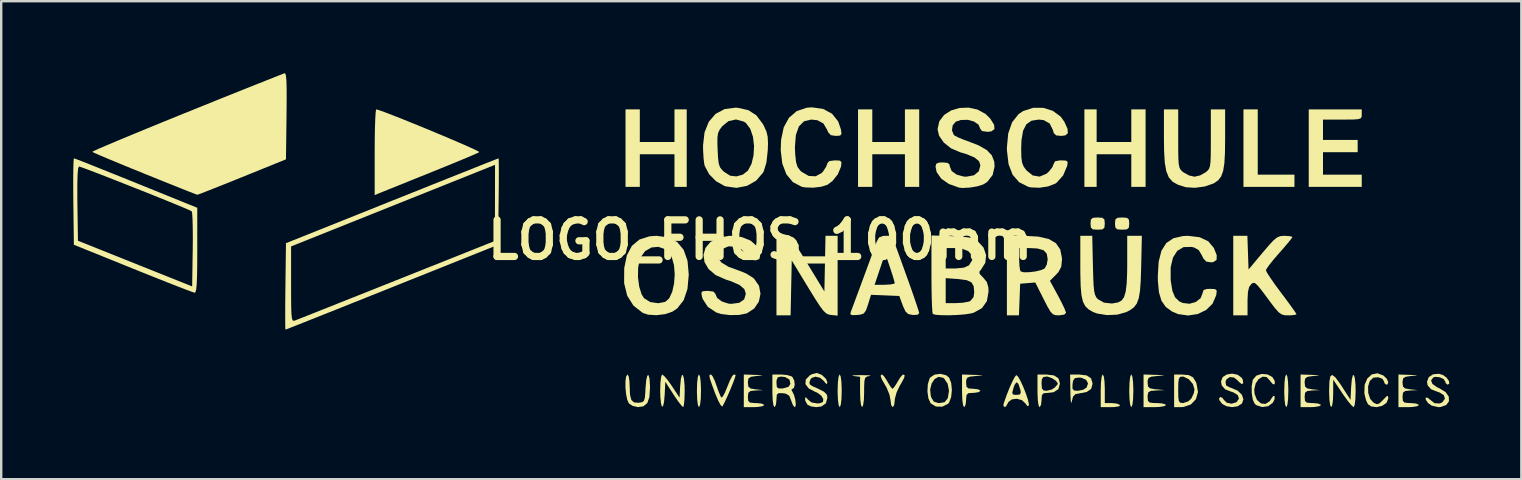
<source format=kicad_pcb>
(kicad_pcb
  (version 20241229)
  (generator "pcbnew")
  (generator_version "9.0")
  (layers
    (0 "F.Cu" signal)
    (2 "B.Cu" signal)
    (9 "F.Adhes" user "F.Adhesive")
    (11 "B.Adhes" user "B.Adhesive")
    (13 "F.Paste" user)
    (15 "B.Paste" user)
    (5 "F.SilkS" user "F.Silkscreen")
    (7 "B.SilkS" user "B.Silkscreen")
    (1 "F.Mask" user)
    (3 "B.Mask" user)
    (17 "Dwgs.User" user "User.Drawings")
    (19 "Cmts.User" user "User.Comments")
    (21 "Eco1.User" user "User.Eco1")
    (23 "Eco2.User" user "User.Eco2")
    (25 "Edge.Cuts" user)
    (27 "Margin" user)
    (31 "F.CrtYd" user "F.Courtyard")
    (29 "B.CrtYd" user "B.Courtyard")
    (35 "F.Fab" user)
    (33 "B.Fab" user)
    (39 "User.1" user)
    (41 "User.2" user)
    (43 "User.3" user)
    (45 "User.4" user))
  (footprint "LOGO_FHOS_100mm"
    (layer "F.Cu")
    (at 28.613 6.943)
    (property "Reference" "LOGO_FHOS_100mm" (at 0 0 0) (layer "F.SilkS") (effects (font (size 1.524 1.524) (thickness 0.3))))
    (attr board_only exclude_from_pos_files exclude_from_bom)
    (fp_poly (pts (xy 20.728 -2.718) (xy 22.257 -2.718) (xy 22.257 -2.209) (xy 20.133 -2.209) (xy 20.133 -5.437) (xy 20.728 -5.437)) (stroke (width 0) (type solid)) (fill yes) (layer "F.SilkS"))
    (fp_poly (pts (xy -5.012 -4.078) (xy -3.568 -4.078) (xy -3.568 -5.437) (xy -3.058 -5.437) (xy -3.058 -2.209) (xy -3.568 -2.209) (xy -3.568 -3.568) (xy -5.012 -3.568) (xy -5.012 -2.209) (xy -5.607 -2.209) (xy -5.607 -5.437) (xy -5.012 -5.437)) (stroke (width 0) (type solid)) (fill yes) (layer "F.SilkS"))
    (fp_poly (pts (xy 4.672 -4.078) (xy 6.031 -4.078) (xy 6.031 -5.437) (xy 6.626 -5.437) (xy 6.626 -2.209) (xy 6.031 -2.209) (xy 6.031 -3.568) (xy 4.672 -3.568) (xy 4.672 -2.209) (xy 4.078 -2.209) (xy 4.078 -5.437) (xy 4.672 -5.437)) (stroke (width 0) (type solid)) (fill yes) (layer "F.SilkS"))
    (fp_poly (pts (xy 14.017 -4.078) (xy 15.461 -4.078) (xy 15.461 -5.437) (xy 16.056 -5.437) (xy 16.056 -2.209) (xy 15.461 -2.209) (xy 15.461 -3.568) (xy 14.017 -3.568) (xy 14.017 -2.209) (xy 13.507 -2.209) (xy 13.507 -5.437) (xy 14.017 -5.437)) (stroke (width 0) (type solid)) (fill yes) (layer "F.SilkS"))
    (fp_poly (pts (xy 14.259 -0.92) (xy 14.341 -0.848) (xy 14.357 -0.68) (xy 14.34 -0.508) (xy 14.256 -0.438) (xy 14.059 -0.425) (xy 13.859 -0.439) (xy 13.778 -0.511) (xy 13.762 -0.68) (xy 13.778 -0.851) (xy 13.863 -0.921) (xy 14.059 -0.934)) (stroke (width 0) (type solid)) (fill yes) (layer "F.SilkS"))
    (fp_poly (pts (xy 15.278 -0.92) (xy 15.36 -0.848) (xy 15.376 -0.68) (xy 15.359 -0.508) (xy 15.275 -0.438) (xy 15.079 -0.425) (xy 14.879 -0.439) (xy 14.797 -0.511) (xy 14.781 -0.68) (xy 14.798 -0.851) (xy 14.882 -0.921) (xy 15.079 -0.934)) (stroke (width 0) (type solid)) (fill yes) (layer "F.SilkS"))
    (fp_poly (pts (xy -2.506 5.686) (xy -2.477 5.903) (xy -2.464 6.225) (xy -2.464 6.286) (xy -2.473 6.623) (xy -2.501 6.859) (xy -2.541 6.964) (xy -2.548 6.966) (xy -2.591 6.886) (xy -2.62 6.669) (xy -2.633 6.347) (xy -2.633 6.286) (xy -2.624 5.95) (xy -2.596 5.713) (xy -2.556 5.609) (xy -2.548 5.607)) (stroke (width 0) (type solid)) (fill yes) (layer "F.SilkS"))
    (fp_poly (pts (xy 3.355 5.686) (xy 3.385 5.903) (xy 3.398 6.225) (xy 3.398 6.286) (xy 3.388 6.623) (xy 3.361 6.859) (xy 3.321 6.964) (xy 3.313 6.966) (xy 3.271 6.886) (xy 3.241 6.669) (xy 3.228 6.347) (xy 3.228 6.286) (xy 3.238 5.95) (xy 3.265 5.713) (xy 3.305 5.609) (xy 3.313 5.607)) (stroke (width 0) (type solid)) (fill yes) (layer "F.SilkS"))
    (fp_poly (pts (xy 15.503 5.686) (xy 15.533 5.903) (xy 15.546 6.225) (xy 15.546 6.286) (xy 15.536 6.623) (xy 15.509 6.859) (xy 15.468 6.964) (xy 15.461 6.966) (xy 15.419 6.886) (xy 15.389 6.669) (xy 15.376 6.347) (xy 15.376 6.286) (xy 15.386 5.95) (xy 15.413 5.713) (xy 15.453 5.609) (xy 15.461 5.607)) (stroke (width 0) (type solid)) (fill yes) (layer "F.SilkS"))
    (fp_poly (pts (xy 21.959 5.686) (xy 21.989 5.903) (xy 22.002 6.225) (xy 22.002 6.286) (xy 21.992 6.623) (xy 21.965 6.859) (xy 21.925 6.964) (xy 21.917 6.966) (xy 21.875 6.886) (xy 21.845 6.669) (xy 21.832 6.347) (xy 21.832 6.286) (xy 21.842 5.95) (xy 21.869 5.713) (xy 21.909 5.609) (xy 21.917 5.607)) (stroke (width 0) (type solid)) (fill yes) (layer "F.SilkS"))
    (fp_poly (pts (xy 14.315 5.685) (xy 14.345 5.896) (xy 14.357 6.201) (xy 14.357 6.796) (xy 14.649 6.796) (xy 14.86 6.818) (xy 14.988 6.873) (xy 14.994 6.881) (xy 14.952 6.933) (xy 14.762 6.962) (xy 14.616 6.966) (xy 14.187 6.966) (xy 14.187 6.286) (xy 14.197 5.95) (xy 14.224 5.713) (xy 14.264 5.609) (xy 14.272 5.607)) (stroke (width 0) (type solid)) (fill yes) (layer "F.SilkS"))
    (fp_poly (pts (xy 25.06 -5.224) (xy 25.055 -5.126) (xy 25.017 -5.064) (xy 24.914 -5.03) (xy 24.716 -5.015) (xy 24.39 -5.012) (xy 24.253 -5.012) (xy 23.446 -5.012) (xy 23.446 -4.163) (xy 24.89 -4.163) (xy 24.89 -3.653) (xy 23.446 -3.653) (xy 23.446 -2.718) (xy 25.06 -2.718) (xy 25.06 -2.209) (xy 22.852 -2.209) (xy 22.852 -5.437) (xy 25.06 -5.437)) (stroke (width 0) (type solid)) (fill yes) (layer "F.SilkS"))
    (fp_poly (pts (xy 4.459 5.637) (xy 4.594 5.648) (xy 4.587 5.664) (xy 4.566 5.668) (xy 4.447 5.693) (xy 4.377 5.748) (xy 4.344 5.873) (xy 4.333 6.104) (xy 4.332 6.334) (xy 4.322 6.653) (xy 4.293 6.875) (xy 4.251 6.965) (xy 4.247 6.966) (xy 4.205 6.887) (xy 4.175 6.673) (xy 4.163 6.36) (xy 4.163 6.334) (xy 4.163 5.702) (xy 3.886 5.668) (xy 3.827 5.652) (xy 3.918 5.64) (xy 4.138 5.633) (xy 4.205 5.633)) (stroke (width 0) (type solid)) (fill yes) (layer "F.SilkS"))
    (fp_poly (pts (xy 1.085 -0.164) (xy 1.182 -0.134) (xy 1.281 -0.057) (xy 1.4 0.087) (xy 1.557 0.32) (xy 1.77 0.662) (xy 1.97 0.989) (xy 2.676 2.148) (xy 2.7 0.989) (xy 2.723 -0.17) (xy 3.228 -0.17) (xy 3.228 3.154) (xy 2.955 3.127) (xy 2.844 3.106) (xy 2.742 3.053) (xy 2.631 2.945) (xy 2.492 2.761) (xy 2.308 2.479) (xy 2.059 2.076) (xy 2 1.979) (xy 1.317 0.857) (xy 1.293 2) (xy 1.269 3.143) (xy 0.68 3.143) (xy 0.68 -0.17) (xy 0.972 -0.17)) (stroke (width 0) (type solid)) (fill yes) (layer "F.SilkS"))
    (fp_poly (pts (xy -1.021 5.625) (xy -1.019 5.629) (xy -1.051 5.748) (xy -1.132 5.965) (xy -1.242 6.236) (xy -1.363 6.514) (xy -1.474 6.753) (xy -1.555 6.908) (xy -1.582 6.941) (xy -1.646 6.88) (xy -1.746 6.695) (xy -1.862 6.421) (xy -1.892 6.344) (xy -2.019 5.998) (xy -2.091 5.782) (xy -2.114 5.664) (xy -2.095 5.616) (xy -2.046 5.607) (xy -1.979 5.681) (xy -1.889 5.871) (xy -1.823 6.053) (xy -1.732 6.312) (xy -1.652 6.504) (xy -1.616 6.566) (xy -1.559 6.529) (xy -1.469 6.366) (xy -1.368 6.12) (xy -1.26 5.856) (xy -1.162 5.671) (xy -1.1 5.607)) (stroke (width 0) (type solid)) (fill yes) (layer "F.SilkS"))
    (fp_poly (pts (xy -0.234 5.622) (xy 0.014 5.631) (xy 0.099 5.64) (xy 0.03 5.652) (xy -0.149 5.669) (xy -0.376 5.7) (xy -0.48 5.762) (xy -0.509 5.891) (xy -0.51 5.946) (xy -0.491 6.11) (xy -0.401 6.188) (xy -0.191 6.224) (xy -0.191 6.224) (xy 0.127 6.258) (xy -0.191 6.272) (xy -0.4 6.294) (xy -0.49 6.363) (xy -0.51 6.522) (xy -0.51 6.541) (xy -0.496 6.705) (xy -0.424 6.777) (xy -0.243 6.796) (xy -0.17 6.796) (xy 0.043 6.815) (xy 0.161 6.862) (xy 0.17 6.881) (xy 0.093 6.929) (xy -0.102 6.96) (xy -0.255 6.966) (xy -0.68 6.966) (xy -0.68 5.607)) (stroke (width 0) (type solid)) (fill yes) (layer "F.SilkS"))
    (fp_poly (pts (xy 8.898 5.622) (xy 9.166 5.631) (xy 9.27 5.639) (xy 9.219 5.649) (xy 9.019 5.666) (xy 8.983 5.669) (xy 8.74 5.696) (xy 8.621 5.747) (xy 8.583 5.853) (xy 8.58 5.951) (xy 8.597 6.119) (xy 8.682 6.188) (xy 8.877 6.201) (xy 9.074 6.223) (xy 9.172 6.275) (xy 9.175 6.286) (xy 9.1 6.342) (xy 8.916 6.371) (xy 8.877 6.371) (xy 8.678 6.384) (xy 8.596 6.459) (xy 8.58 6.646) (xy 8.58 6.669) (xy 8.559 6.865) (xy 8.506 6.963) (xy 8.495 6.966) (xy 8.453 6.886) (xy 8.423 6.669) (xy 8.41 6.347) (xy 8.41 6.286) (xy 8.41 5.607)) (stroke (width 0) (type solid)) (fill yes) (layer "F.SilkS"))
    (fp_poly (pts (xy 13.6 5.644) (xy 13.784 5.764) (xy 13.847 5.977) (xy 13.847 5.996) (xy 13.79 6.206) (xy 13.606 6.333) (xy 13.337 6.386) (xy 13.132 6.425) (xy 13.033 6.529) (xy 12.987 6.711) (xy 12.96 6.801) (xy 12.94 6.725) (xy 12.927 6.481) (xy 12.924 6.308) (xy 12.922 6.199) (xy 13.01 6.199) (xy 13.079 6.274) (xy 13.236 6.286) (xy 13.456 6.243) (xy 13.598 6.152) (xy 13.659 5.98) (xy 13.581 5.831) (xy 13.39 5.743) (xy 13.285 5.734) (xy 13.113 5.757) (xy 13.037 5.86) (xy 13.013 6.01) (xy 13.01 6.199) (xy 12.922 6.199) (xy 12.912 5.607) (xy 13.278 5.607)) (stroke (width 0) (type solid)) (fill yes) (layer "F.SilkS"))
    (fp_poly (pts (xy 22.958 5.622) (xy 23.205 5.631) (xy 23.29 5.64) (xy 23.221 5.652) (xy 23.043 5.669) (xy 22.815 5.7) (xy 22.711 5.762) (xy 22.682 5.891) (xy 22.682 5.946) (xy 22.7 6.11) (xy 22.79 6.188) (xy 23 6.224) (xy 23 6.224) (xy 23.319 6.258) (xy 23 6.272) (xy 22.791 6.294) (xy 22.701 6.363) (xy 22.682 6.522) (xy 22.682 6.541) (xy 22.695 6.705) (xy 22.768 6.777) (xy 22.948 6.796) (xy 23.021 6.796) (xy 23.234 6.815) (xy 23.353 6.862) (xy 23.361 6.881) (xy 23.285 6.929) (xy 23.089 6.96) (xy 22.936 6.966) (xy 22.512 6.966) (xy 22.512 5.607)) (stroke (width 0) (type solid)) (fill yes) (layer "F.SilkS"))
    (fp_poly (pts (xy 23.963 5.728) (xy 24.154 5.985) (xy 24.253 6.137) (xy 24.593 6.665) (xy 24.618 6.136) (xy 24.647 5.809) (xy 24.689 5.643) (xy 24.734 5.632) (xy 24.774 5.768) (xy 24.8 6.043) (xy 24.805 6.286) (xy 24.796 6.614) (xy 24.77 6.851) (xy 24.732 6.962) (xy 24.722 6.966) (xy 24.639 6.9) (xy 24.493 6.725) (xy 24.31 6.474) (xy 24.255 6.393) (xy 23.871 5.821) (xy 23.871 6.393) (xy 23.859 6.69) (xy 23.828 6.894) (xy 23.786 6.966) (xy 23.744 6.886) (xy 23.714 6.669) (xy 23.701 6.347) (xy 23.701 6.286) (xy 23.712 5.903) (xy 23.752 5.683) (xy 23.832 5.626)) (stroke (width 0) (type solid)) (fill yes) (layer "F.SilkS"))
    (fp_poly (pts (xy 27.035 5.622) (xy 27.283 5.631) (xy 27.368 5.64) (xy 27.299 5.652) (xy 27.12 5.669) (xy 26.893 5.7) (xy 26.789 5.762) (xy 26.76 5.891) (xy 26.759 5.946) (xy 26.778 6.11) (xy 26.868 6.188) (xy 27.078 6.224) (xy 27.078 6.224) (xy 27.396 6.258) (xy 27.078 6.272) (xy 26.868 6.294) (xy 26.779 6.363) (xy 26.759 6.522) (xy 26.759 6.541) (xy 26.773 6.705) (xy 26.845 6.777) (xy 27.026 6.796) (xy 27.099 6.796) (xy 27.312 6.815) (xy 27.43 6.862) (xy 27.439 6.881) (xy 27.362 6.929) (xy 27.167 6.96) (xy 27.014 6.966) (xy 26.589 6.966) (xy 26.589 5.607)) (stroke (width 0) (type solid)) (fill yes) (layer "F.SilkS"))
    (fp_poly (pts (xy -5.476 5.684) (xy -5.445 5.883) (xy -5.435 6.095) (xy -5.42 6.452) (xy -5.364 6.668) (xy -5.253 6.769) (xy -5.072 6.784) (xy -5.045 6.782) (xy -4.915 6.759) (xy -4.839 6.701) (xy -4.801 6.569) (xy -4.781 6.324) (xy -4.775 6.18) (xy -4.744 5.837) (xy -4.699 5.653) (xy -4.649 5.631) (xy -4.609 5.77) (xy -4.588 6.074) (xy -4.587 6.153) (xy -4.613 6.545) (xy -4.7 6.797) (xy -4.86 6.93) (xy -5.09 6.966) (xy -5.318 6.911) (xy -5.466 6.811) (xy -5.535 6.664) (xy -5.583 6.428) (xy -5.609 6.155) (xy -5.61 5.893) (xy -5.583 5.694) (xy -5.528 5.607) (xy -5.522 5.607)) (stroke (width 0) (type solid)) (fill yes) (layer "F.SilkS"))
    (fp_poly (pts (xy -3.993 5.673) (xy -3.848 5.845) (xy -3.676 6.088) (xy -3.675 6.089) (xy -3.356 6.571) (xy -3.33 6.089) (xy -3.3 5.781) (xy -3.259 5.632) (xy -3.214 5.634) (xy -3.174 5.777) (xy -3.148 6.052) (xy -3.143 6.286) (xy -3.15 6.602) (xy -3.17 6.839) (xy -3.198 6.958) (xy -3.207 6.965) (xy -3.28 6.898) (xy -3.416 6.723) (xy -3.585 6.475) (xy -3.61 6.436) (xy -3.95 5.908) (xy -3.975 6.437) (xy -4.004 6.764) (xy -4.046 6.929) (xy -4.091 6.941) (xy -4.131 6.805) (xy -4.157 6.529) (xy -4.163 6.286) (xy -4.153 5.954) (xy -4.126 5.717) (xy -4.087 5.61) (xy -4.078 5.607)) (stroke (width 0) (type solid)) (fill yes) (layer "F.SilkS"))
    (fp_poly (pts (xy 6.021 5.638) (xy 5.999 5.746) (xy 5.887 5.958) (xy 5.817 6.074) (xy 5.687 6.345) (xy 5.613 6.614) (xy 5.607 6.69) (xy 5.584 6.878) (xy 5.528 6.965) (xy 5.522 6.966) (xy 5.463 6.892) (xy 5.435 6.711) (xy 5.434 6.69) (xy 5.387 6.445) (xy 5.272 6.163) (xy 5.222 6.074) (xy 5.072 5.814) (xy 5.018 5.666) (xy 5.052 5.609) (xy 5.078 5.607) (xy 5.156 5.674) (xy 5.269 5.843) (xy 5.303 5.904) (xy 5.417 6.092) (xy 5.501 6.195) (xy 5.516 6.201) (xy 5.585 6.134) (xy 5.694 5.966) (xy 5.728 5.904) (xy 5.846 5.716) (xy 5.942 5.613) (xy 5.96 5.607)) (stroke (width 0) (type solid)) (fill yes) (layer "F.SilkS"))
    (fp_poly (pts (xy 16.459 5.622) (xy 16.726 5.631) (xy 16.831 5.639) (xy 16.78 5.649) (xy 16.58 5.666) (xy 16.544 5.669) (xy 16.3 5.696) (xy 16.182 5.747) (xy 16.143 5.852) (xy 16.14 5.946) (xy 16.156 6.102) (xy 16.233 6.18) (xy 16.42 6.216) (xy 16.502 6.224) (xy 16.863 6.257) (xy 16.502 6.271) (xy 16.275 6.29) (xy 16.171 6.344) (xy 16.142 6.47) (xy 16.14 6.541) (xy 16.152 6.698) (xy 16.216 6.772) (xy 16.379 6.795) (xy 16.523 6.796) (xy 16.751 6.813) (xy 16.887 6.856) (xy 16.905 6.881) (xy 16.828 6.927) (xy 16.63 6.958) (xy 16.438 6.966) (xy 15.971 6.966) (xy 15.971 5.607)) (stroke (width 0) (type solid)) (fill yes) (layer "F.SilkS"))
    (fp_poly (pts (xy 17.563 5.608) (xy 17.853 5.632) (xy 18.03 5.723) (xy 18.15 5.915) (xy 18.177 5.984) (xy 18.238 6.336) (xy 18.153 6.635) (xy 17.943 6.854) (xy 17.627 6.96) (xy 17.523 6.966) (xy 17.245 6.966) (xy 17.245 6.244) (xy 17.415 6.244) (xy 17.419 6.541) (xy 17.44 6.706) (xy 17.493 6.778) (xy 17.592 6.796) (xy 17.622 6.796) (xy 17.835 6.726) (xy 17.962 6.607) (xy 18.064 6.39) (xy 18.094 6.225) (xy 18.024 5.999) (xy 17.853 5.802) (xy 17.638 5.697) (xy 17.585 5.692) (xy 17.493 5.709) (xy 17.441 5.786) (xy 17.419 5.959) (xy 17.415 6.244) (xy 17.245 6.244) (xy 17.245 5.607)) (stroke (width 0) (type solid)) (fill yes) (layer "F.SilkS"))
    (fp_poly (pts (xy -15.879 -5.406) (xy -15.641 -5.321) (xy -15.303 -5.192) (xy -14.888 -5.028) (xy -14.421 -4.839) (xy -13.926 -4.637) (xy -13.427 -4.429) (xy -12.948 -4.228) (xy -12.514 -4.042) (xy -12.149 -3.882) (xy -11.877 -3.757) (xy -11.722 -3.678) (xy -11.696 -3.656) (xy -11.792 -3.609) (xy -12.022 -3.508) (xy -12.365 -3.364) (xy -12.797 -3.185) (xy -13.296 -2.982) (xy -13.634 -2.845) (xy -14.178 -2.626) (xy -14.684 -2.422) (xy -15.125 -2.245) (xy -15.475 -2.103) (xy -15.709 -2.009) (xy -15.779 -1.98) (xy -16.056 -1.867) (xy -16.056 -3.652) (xy -16.053 -4.182) (xy -16.045 -4.649) (xy -16.032 -5.029) (xy -16.016 -5.297) (xy -15.998 -5.428) (xy -15.992 -5.437)) (stroke (width 0) (type solid)) (fill yes) (layer "F.SilkS"))
    (fp_poly (pts (xy 21.132 5.603) (xy 21.335 5.711) (xy 21.435 5.872) (xy 21.437 6.006) (xy 21.366 6.015) (xy 21.26 5.901) (xy 21.237 5.862) (xy 21.095 5.711) (xy 20.928 5.698) (xy 20.768 5.795) (xy 20.643 5.978) (xy 20.583 6.222) (xy 20.594 6.411) (xy 20.697 6.668) (xy 20.864 6.812) (xy 21.054 6.832) (xy 21.228 6.718) (xy 21.298 6.603) (xy 21.377 6.496) (xy 21.431 6.511) (xy 21.428 6.638) (xy 21.357 6.782) (xy 21.163 6.927) (xy 20.91 6.962) (xy 20.669 6.884) (xy 20.606 6.832) (xy 20.524 6.661) (xy 20.478 6.393) (xy 20.475 6.097) (xy 20.519 5.842) (xy 20.527 5.82) (xy 20.669 5.654) (xy 20.89 5.583)) (stroke (width 0) (type solid)) (fill yes) (layer "F.SilkS"))
    (fp_poly (pts (xy 7.751 5.639) (xy 7.87 5.736) (xy 7.959 5.959) (xy 7.987 6.252) (xy 7.957 6.548) (xy 7.872 6.775) (xy 7.83 6.825) (xy 7.588 6.947) (xy 7.322 6.941) (xy 7.106 6.811) (xy 7.01 6.605) (xy 6.969 6.314) (xy 6.973 6.232) (xy 7.082 6.232) (xy 7.108 6.502) (xy 7.128 6.562) (xy 7.236 6.737) (xy 7.418 6.794) (xy 7.476 6.796) (xy 7.684 6.758) (xy 7.802 6.614) (xy 7.824 6.562) (xy 7.867 6.276) (xy 7.809 5.99) (xy 7.666 5.775) (xy 7.624 5.743) (xy 7.436 5.703) (xy 7.269 5.795) (xy 7.144 5.983) (xy 7.082 6.232) (xy 6.973 6.232) (xy 6.985 6.01) (xy 7.061 5.768) (xy 7.081 5.736) (xy 7.265 5.612) (xy 7.514 5.579)) (stroke (width 0) (type solid)) (fill yes) (layer "F.SilkS"))
    (fp_poly (pts (xy 25.956 5.644) (xy 26.099 5.779) (xy 26.164 5.92) (xy 26.136 6.016) (xy 26.08 6.031) (xy 26.003 5.963) (xy 25.995 5.91) (xy 25.923 5.787) (xy 25.752 5.721) (xy 25.551 5.737) (xy 25.539 5.742) (xy 25.394 5.878) (xy 25.324 6.109) (xy 25.33 6.375) (xy 25.411 6.621) (xy 25.545 6.773) (xy 25.68 6.843) (xy 25.789 6.817) (xy 25.937 6.677) (xy 25.949 6.664) (xy 26.089 6.521) (xy 26.15 6.496) (xy 26.164 6.583) (xy 26.165 6.611) (xy 26.091 6.789) (xy 25.91 6.913) (xy 25.678 6.967) (xy 25.453 6.936) (xy 25.318 6.842) (xy 25.24 6.68) (xy 25.178 6.436) (xy 25.169 6.376) (xy 25.18 6.038) (xy 25.292 5.772) (xy 25.48 5.603) (xy 25.715 5.556)) (stroke (width 0) (type solid)) (fill yes) (layer "F.SilkS"))
    (fp_poly (pts (xy 10.74 5.69) (xy 10.841 5.865) (xy 10.956 6.112) (xy 11.065 6.386) (xy 11.151 6.642) (xy 11.194 6.834) (xy 11.192 6.901) (xy 11.135 6.926) (xy 11.055 6.817) (xy 10.905 6.675) (xy 10.693 6.617) (xy 10.484 6.643) (xy 10.34 6.755) (xy 10.321 6.796) (xy 10.243 6.933) (xy 10.183 6.966) (xy 10.133 6.901) (xy 10.146 6.815) (xy 10.26 6.486) (xy 10.312 6.353) (xy 10.504 6.353) (xy 10.526 6.437) (xy 10.641 6.456) (xy 10.678 6.456) (xy 10.826 6.436) (xy 10.858 6.342) (xy 10.834 6.223) (xy 10.757 5.992) (xy 10.679 5.931) (xy 10.599 6.038) (xy 10.557 6.157) (xy 10.504 6.353) (xy 10.312 6.353) (xy 10.388 6.162) (xy 10.513 5.885) (xy 10.616 5.694) (xy 10.671 5.632)) (stroke (width 0) (type solid)) (fill yes) (layer "F.SilkS"))
    (fp_poly (pts (xy 12.242 5.645) (xy 12.426 5.765) (xy 12.488 5.978) (xy 12.488 5.989) (xy 12.421 6.22) (xy 12.221 6.346) (xy 12.003 6.371) (xy 11.815 6.386) (xy 11.738 6.463) (xy 11.723 6.656) (xy 11.723 6.669) (xy 11.702 6.865) (xy 11.649 6.963) (xy 11.638 6.966) (xy 11.596 6.886) (xy 11.566 6.669) (xy 11.553 6.347) (xy 11.553 6.286) (xy 11.553 5.989) (xy 11.723 5.989) (xy 11.739 6.19) (xy 11.811 6.273) (xy 11.929 6.286) (xy 12.148 6.233) (xy 12.269 6.153) (xy 12.375 6.035) (xy 12.403 5.989) (xy 12.332 5.877) (xy 12.169 5.764) (xy 11.982 5.697) (xy 11.929 5.692) (xy 11.79 5.715) (xy 11.732 5.818) (xy 11.723 5.989) (xy 11.553 5.989) (xy 11.553 5.607) (xy 11.918 5.607)) (stroke (width 0) (type solid)) (fill yes) (layer "F.SilkS"))
    (fp_poly (pts (xy 13.862 1.06) (xy 13.875 1.547) (xy 13.891 1.895) (xy 13.915 2.132) (xy 13.951 2.288) (xy 14.003 2.393) (xy 14.067 2.467) (xy 14.324 2.614) (xy 14.659 2.65) (xy 14.917 2.602) (xy 15.057 2.526) (xy 15.159 2.384) (xy 15.227 2.155) (xy 15.269 1.815) (xy 15.288 1.343) (xy 15.291 0.973) (xy 15.291 -0.17) (xy 15.901 -0.17) (xy 15.872 1.126) (xy 15.854 1.696) (xy 15.823 2.123) (xy 15.771 2.433) (xy 15.688 2.654) (xy 15.566 2.812) (xy 15.396 2.934) (xy 15.252 3.008) (xy 14.883 3.113) (xy 14.452 3.133) (xy 14.042 3.068) (xy 13.864 3.001) (xy 13.678 2.892) (xy 13.541 2.757) (xy 13.446 2.57) (xy 13.385 2.306) (xy 13.352 1.938) (xy 13.339 1.44) (xy 13.337 1.109) (xy 13.337 -0.17) (xy 13.834 -0.17)) (stroke (width 0) (type solid)) (fill yes) (layer "F.SilkS"))
    (fp_poly (pts (xy 28.443 5.627) (xy 28.595 5.739) (xy 28.691 5.876) (xy 28.707 5.99) (xy 28.634 6.031) (xy 28.553 5.963) (xy 28.543 5.906) (xy 28.471 5.797) (xy 28.305 5.721) (xy 28.122 5.704) (xy 28.038 5.731) (xy 27.947 5.855) (xy 28.005 6) (xy 28.198 6.138) (xy 28.29 6.179) (xy 28.552 6.338) (xy 28.686 6.531) (xy 28.694 6.724) (xy 28.578 6.879) (xy 28.339 6.961) (xy 28.249 6.966) (xy 27.971 6.903) (xy 27.821 6.795) (xy 27.726 6.653) (xy 27.723 6.568) (xy 27.814 6.577) (xy 27.886 6.642) (xy 28.095 6.803) (xy 28.319 6.813) (xy 28.421 6.76) (xy 28.525 6.613) (xy 28.478 6.466) (xy 28.295 6.352) (xy 28.232 6.333) (xy 27.946 6.221) (xy 27.804 6.057) (xy 27.779 5.907) (xy 27.851 5.716) (xy 28.033 5.598) (xy 28.274 5.577)) (stroke (width 0) (type solid)) (fill yes) (layer "F.SilkS"))
    (fp_poly (pts (xy 19.89 5.617) (xy 20.061 5.745) (xy 20.103 5.821) (xy 20.125 5.973) (xy 20.055 6.004) (xy 19.934 5.905) (xy 19.911 5.873) (xy 19.744 5.734) (xy 19.564 5.713) (xy 19.425 5.807) (xy 19.385 5.915) (xy 19.41 6.062) (xy 19.563 6.146) (xy 19.598 6.155) (xy 19.891 6.279) (xy 20.069 6.452) (xy 20.131 6.641) (xy 20.073 6.812) (xy 19.893 6.931) (xy 19.655 6.966) (xy 19.42 6.926) (xy 19.247 6.832) (xy 19.14 6.693) (xy 19.114 6.62) (xy 19.161 6.544) (xy 19.255 6.576) (xy 19.31 6.657) (xy 19.437 6.783) (xy 19.639 6.823) (xy 19.838 6.762) (xy 19.846 6.757) (xy 19.946 6.612) (xy 19.897 6.465) (xy 19.714 6.351) (xy 19.652 6.333) (xy 19.368 6.223) (xy 19.227 6.06) (xy 19.199 5.892) (xy 19.268 5.713) (xy 19.441 5.605) (xy 19.666 5.571)) (stroke (width 0) (type solid)) (fill yes) (layer "F.SilkS"))
    (fp_poly (pts (xy -19.776 -6.925) (xy -19.75 -6.826) (xy -19.732 -6.63) (xy -19.723 -6.319) (xy -19.722 -5.875) (xy -19.727 -5.281) (xy -19.728 -5.17) (xy -19.751 -3.356) (xy -21.577 -2.616) (xy -22.097 -2.406) (xy -22.564 -2.22) (xy -22.953 -2.066) (xy -23.244 -1.953) (xy -23.413 -1.89) (xy -23.446 -1.88) (xy -23.533 -1.912) (xy -23.757 -1.999) (xy -24.096 -2.134) (xy -24.531 -2.308) (xy -25.04 -2.512) (xy -25.603 -2.739) (xy -25.629 -2.75) (xy -26.195 -2.979) (xy -26.708 -3.19) (xy -27.148 -3.373) (xy -27.494 -3.519) (xy -27.725 -3.619) (xy -27.82 -3.666) (xy -27.82 -3.666) (xy -27.753 -3.705) (xy -27.541 -3.802) (xy -27.2 -3.949) (xy -26.743 -4.142) (xy -26.184 -4.374) (xy -25.537 -4.641) (xy -24.818 -4.935) (xy -24.038 -5.252) (xy -23.213 -5.585) (xy -22.357 -5.93) (xy -21.484 -6.279) (xy -20.608 -6.628) (xy -19.813 -6.943)) (stroke (width 0) (type solid)) (fill yes) (layer "F.SilkS"))
    (fp_poly (pts (xy 2.539 5.609) (xy 2.587 5.639) (xy 2.741 5.785) (xy 2.799 5.927) (xy 2.78 6.01) (xy 2.716 5.958) (xy 2.661 5.883) (xy 2.495 5.741) (xy 2.301 5.696) (xy 2.141 5.753) (xy 2.09 5.826) (xy 2.052 5.945) (xy 2.073 6.024) (xy 2.188 6.098) (xy 2.421 6.201) (xy 2.666 6.327) (xy 2.781 6.45) (xy 2.803 6.564) (xy 2.74 6.807) (xy 2.55 6.939) (xy 2.336 6.966) (xy 2.116 6.935) (xy 1.971 6.864) (xy 1.881 6.7) (xy 1.872 6.63) (xy 1.888 6.547) (xy 1.953 6.602) (xy 1.981 6.64) (xy 2.137 6.769) (xy 2.368 6.81) (xy 2.491 6.806) (xy 2.619 6.748) (xy 2.631 6.626) (xy 2.543 6.483) (xy 2.372 6.36) (xy 2.299 6.33) (xy 2.021 6.186) (xy 1.887 6.005) (xy 1.901 5.815) (xy 2.069 5.643) (xy 2.16 5.594) (xy 2.354 5.543)) (stroke (width 0) (type solid)) (fill yes) (layer "F.SilkS"))
    (fp_poly (pts (xy 17.415 -4.211) (xy 17.416 -3.732) (xy 17.421 -3.394) (xy 17.436 -3.166) (xy 17.466 -3.019) (xy 17.514 -2.924) (xy 17.586 -2.852) (xy 17.639 -2.81) (xy 17.867 -2.684) (xy 18.094 -2.633) (xy 18.327 -2.686) (xy 18.55 -2.81) (xy 18.637 -2.883) (xy 18.698 -2.961) (xy 18.738 -3.075) (xy 18.76 -3.254) (xy 18.771 -3.526) (xy 18.774 -3.922) (xy 18.774 -4.211) (xy 18.774 -5.437) (xy 19.369 -5.437) (xy 19.369 -4.201) (xy 19.362 -3.622) (xy 19.337 -3.186) (xy 19.286 -2.869) (xy 19.204 -2.644) (xy 19.083 -2.485) (xy 18.917 -2.368) (xy 18.879 -2.348) (xy 18.522 -2.225) (xy 18.111 -2.17) (xy 17.739 -2.194) (xy 17.712 -2.201) (xy 17.413 -2.293) (xy 17.188 -2.418) (xy 17.027 -2.597) (xy 16.92 -2.855) (xy 16.856 -3.215) (xy 16.827 -3.7) (xy 16.82 -4.245) (xy 16.82 -5.437) (xy 17.415 -5.437)) (stroke (width 0) (type solid)) (fill yes) (layer "F.SilkS"))
    (fp_poly (pts (xy -3.829 -0.105) (xy -3.453 0.089) (xy -3.185 0.414) (xy -3.025 0.869) (xy -2.973 1.446) (xy -3.027 2.047) (xy -3.188 2.518) (xy -3.456 2.857) (xy -3.652 2.988) (xy -3.96 3.093) (xy -4.322 3.136) (xy -4.665 3.115) (xy -4.885 3.044) (xy -5.276 2.738) (xy -5.536 2.325) (xy -5.665 1.804) (xy -5.664 1.559) (xy -5.088 1.559) (xy -5.037 1.945) (xy -4.938 2.265) (xy -4.837 2.427) (xy -4.578 2.589) (xy -4.249 2.638) (xy -3.954 2.581) (xy -3.788 2.434) (xy -3.663 2.164) (xy -3.584 1.816) (xy -3.558 1.431) (xy -3.587 1.054) (xy -3.678 0.729) (xy -3.732 0.624) (xy -3.958 0.388) (xy -4.238 0.288) (xy -4.529 0.316) (xy -4.792 0.468) (xy -4.984 0.736) (xy -5.016 0.818) (xy -5.082 1.164) (xy -5.088 1.559) (xy -5.664 1.559) (xy -5.661 1.179) (xy -5.661 1.172) (xy -5.55 0.64) (xy -5.34 0.246) (xy -5.026 -0.016) (xy -4.605 -0.15) (xy -4.314 -0.17)) (stroke (width 0) (type solid)) (fill yes) (layer "F.SilkS"))
    (fp_poly (pts (xy 1.125 5.629) (xy 1.309 5.685) (xy 1.342 5.709) (xy 1.419 5.853) (xy 1.441 6.029) (xy 1.407 6.167) (xy 1.349 6.201) (xy 1.299 6.244) (xy 1.337 6.308) (xy 1.412 6.459) (xy 1.465 6.659) (xy 1.486 6.846) (xy 1.464 6.957) (xy 1.444 6.966) (xy 1.371 6.893) (xy 1.3 6.714) (xy 1.293 6.69) (xy 1.213 6.491) (xy 1.07 6.406) (xy 0.951 6.387) (xy 0.77 6.382) (xy 0.695 6.447) (xy 0.68 6.629) (xy 0.68 6.663) (xy 0.659 6.862) (xy 0.607 6.963) (xy 0.595 6.966) (xy 0.553 6.886) (xy 0.523 6.669) (xy 0.51 6.347) (xy 0.51 6.286) (xy 0.51 5.952) (xy 0.68 5.952) (xy 0.695 6.129) (xy 0.777 6.191) (xy 0.955 6.185) (xy 1.179 6.122) (xy 1.261 5.999) (xy 1.224 5.82) (xy 1.048 5.715) (xy 0.871 5.693) (xy 0.734 5.723) (xy 0.684 5.85) (xy 0.68 5.952) (xy 0.51 5.952) (xy 0.51 5.607) (xy 0.875 5.607)) (stroke (width 0) (type solid)) (fill yes) (layer "F.SilkS"))
    (fp_poly (pts (xy 11.585 -0.138) (xy 12.02 -0.039) (xy 12.321 0.137) (xy 12.501 0.397) (xy 12.571 0.749) (xy 12.573 0.832) (xy 12.543 1.119) (xy 12.428 1.336) (xy 12.322 1.453) (xy 12.071 1.704) (xy 12.406 2.317) (xy 12.561 2.615) (xy 12.679 2.862) (xy 12.738 3.016) (xy 12.741 3.037) (xy 12.665 3.113) (xy 12.457 3.143) (xy 12.446 3.143) (xy 12.301 3.135) (xy 12.192 3.092) (xy 12.091 2.984) (xy 11.971 2.781) (xy 11.806 2.459) (xy 11.461 1.774) (xy 10.831 1.826) (xy 10.806 2.485) (xy 10.781 3.143) (xy 10.279 3.143) (xy 10.279 0.793) (xy 10.789 0.793) (xy 10.8 1.059) (xy 10.828 1.253) (xy 10.852 1.311) (xy 10.981 1.348) (xy 11.209 1.346) (xy 11.474 1.313) (xy 11.711 1.256) (xy 11.848 1.192) (xy 11.938 1.036) (xy 11.978 0.809) (xy 11.978 0.8) (xy 11.938 0.572) (xy 11.804 0.429) (xy 11.549 0.357) (xy 11.219 0.34) (xy 10.789 0.34) (xy 10.789 0.793) (xy 10.279 0.793) (xy 10.279 -0.17) (xy 11.004 -0.17)) (stroke (width 0) (type solid)) (fill yes) (layer "F.SilkS"))
    (fp_poly (pts (xy 18.307 -0.112) (xy 18.668 0.059) (xy 18.9 0.337) (xy 19.02 0.639) (xy 19.012 0.834) (xy 18.873 0.926) (xy 18.775 0.934) (xy 18.587 0.904) (xy 18.466 0.781) (xy 18.399 0.642) (xy 18.271 0.425) (xy 18.081 0.318) (xy 17.973 0.293) (xy 17.639 0.3) (xy 17.378 0.453) (xy 17.196 0.738) (xy 17.101 1.144) (xy 17.101 1.66) (xy 17.107 1.719) (xy 17.173 2.124) (xy 17.286 2.394) (xy 17.462 2.562) (xy 17.606 2.628) (xy 17.886 2.66) (xy 18.151 2.584) (xy 18.35 2.425) (xy 18.434 2.21) (xy 18.434 2.196) (xy 18.472 2.088) (xy 18.613 2.044) (xy 18.742 2.039) (xy 18.944 2.048) (xy 19.018 2.106) (xy 19.006 2.257) (xy 18.996 2.309) (xy 18.848 2.655) (xy 18.579 2.919) (xy 18.227 3.088) (xy 17.825 3.149) (xy 17.41 3.09) (xy 17.165 2.988) (xy 16.9 2.797) (xy 16.719 2.539) (xy 16.613 2.186) (xy 16.568 1.708) (xy 16.565 1.501) (xy 16.601 0.905) (xy 16.716 0.452) (xy 16.918 0.131) (xy 17.215 -0.069) (xy 17.617 -0.161) (xy 17.822 -0.17)) (stroke (width 0) (type solid)) (fill yes) (layer "F.SilkS"))
    (fp_poly (pts (xy 20.345 1.232) (xy 20.932 0.531) (xy 21.198 0.219) (xy 21.387 0.016) (xy 21.531 -0.1) (xy 21.66 -0.155) (xy 21.805 -0.17) (xy 21.846 -0.17) (xy 22.053 -0.158) (xy 22.166 -0.129) (xy 22.172 -0.119) (xy 22.119 -0.038) (xy 21.976 0.139) (xy 21.768 0.382) (xy 21.62 0.549) (xy 21.383 0.823) (xy 21.197 1.057) (xy 21.087 1.219) (xy 21.068 1.267) (xy 21.116 1.37) (xy 21.25 1.577) (xy 21.447 1.86) (xy 21.689 2.188) (xy 21.705 2.209) (xy 21.948 2.533) (xy 22.148 2.807) (xy 22.286 3.003) (xy 22.341 3.095) (xy 22.342 3.097) (xy 22.266 3.126) (xy 22.078 3.142) (xy 22 3.143) (xy 21.843 3.137) (xy 21.717 3.1) (xy 21.594 3.01) (xy 21.444 2.841) (xy 21.236 2.568) (xy 21.131 2.425) (xy 20.894 2.107) (xy 20.733 1.908) (xy 20.624 1.807) (xy 20.545 1.787) (xy 20.473 1.827) (xy 20.454 1.844) (xy 20.367 1.968) (xy 20.32 2.168) (xy 20.303 2.487) (xy 20.303 2.562) (xy 20.303 3.143) (xy 19.708 3.143) (xy 19.708 -0.17) (xy 20.296 -0.17)) (stroke (width 0) (type solid)) (fill yes) (layer "F.SilkS"))
    (fp_poly (pts (xy 2.628 -5.454) (xy 2.996 -5.255) (xy 3.251 -4.936) (xy 3.365 -4.604) (xy 3.39 -4.418) (xy 3.332 -4.345) (xy 3.151 -4.332) (xy 3.149 -4.332) (xy 2.944 -4.363) (xy 2.831 -4.488) (xy 2.79 -4.589) (xy 2.635 -4.85) (xy 2.385 -4.985) (xy 2.129 -5.012) (xy 1.829 -4.941) (xy 1.615 -4.728) (xy 1.489 -4.371) (xy 1.449 -3.87) (xy 1.462 -3.552) (xy 1.497 -3.238) (xy 1.56 -3.035) (xy 1.674 -2.885) (xy 1.731 -2.833) (xy 2.025 -2.664) (xy 2.313 -2.65) (xy 2.566 -2.789) (xy 2.627 -2.857) (xy 2.749 -3.045) (xy 2.803 -3.192) (xy 2.803 -3.197) (xy 2.883 -3.284) (xy 3.111 -3.313) (xy 3.313 -3.304) (xy 3.387 -3.246) (xy 3.375 -3.094) (xy 3.365 -3.041) (xy 3.238 -2.736) (xy 3.012 -2.452) (xy 2.803 -2.296) (xy 2.544 -2.214) (xy 2.205 -2.175) (xy 1.874 -2.186) (xy 1.729 -2.215) (xy 1.364 -2.407) (xy 1.094 -2.732) (xy 0.923 -3.18) (xy 0.857 -3.738) (xy 0.873 -4.169) (xy 0.983 -4.689) (xy 1.204 -5.091) (xy 1.527 -5.367) (xy 1.942 -5.506) (xy 2.161 -5.522)) (stroke (width 0) (type solid)) (fill yes) (layer "F.SilkS"))
    (fp_poly (pts (xy 6.06 1.393) (xy 6.235 1.88) (xy 6.388 2.316) (xy 6.51 2.674) (xy 6.592 2.927) (xy 6.626 3.05) (xy 6.626 3.055) (xy 6.551 3.12) (xy 6.352 3.127) (xy 6.174 3.089) (xy 6.059 2.988) (xy 5.959 2.777) (xy 5.937 2.718) (xy 5.797 2.336) (xy 5.208 2.311) (xy 4.619 2.287) (xy 4.493 2.694) (xy 4.409 2.937) (xy 4.319 3.062) (xy 4.178 3.113) (xy 4.041 3.128) (xy 3.834 3.135) (xy 3.758 3.099) (xy 3.776 3.002) (xy 3.776 3) (xy 3.824 2.873) (xy 3.919 2.619) (xy 4.047 2.272) (xy 4.197 1.869) (xy 4.769 1.869) (xy 5.188 1.869) (xy 5.428 1.856) (xy 5.58 1.825) (xy 5.607 1.8) (xy 5.581 1.692) (xy 5.514 1.468) (xy 5.419 1.176) (xy 5.408 1.144) (xy 5.21 0.556) (xy 4.989 1.213) (xy 4.769 1.869) (xy 4.197 1.869) (xy 4.198 1.865) (xy 4.359 1.43) (xy 4.517 1.001) (xy 4.66 0.611) (xy 4.777 0.293) (xy 4.854 0.08) (xy 4.86 0.064) (xy 4.956 -0.105) (xy 5.121 -0.166) (xy 5.219 -0.17) (xy 5.495 -0.17)) (stroke (width 0) (type solid)) (fill yes) (layer "F.SilkS"))
    (fp_poly (pts (xy 11.798 -5.501) (xy 12.194 -5.376) (xy 12.518 -5.136) (xy 12.672 -4.922) (xy 12.804 -4.629) (xy 12.819 -4.446) (xy 12.713 -4.353) (xy 12.537 -4.332) (xy 12.332 -4.353) (xy 12.233 -4.446) (xy 12.19 -4.588) (xy 12.06 -4.85) (xy 11.814 -4.989) (xy 11.608 -5.012) (xy 11.306 -4.966) (xy 11.091 -4.818) (xy 10.954 -4.55) (xy 10.886 -4.149) (xy 10.874 -3.791) (xy 10.881 -3.447) (xy 10.911 -3.219) (xy 10.978 -3.053) (xy 11.094 -2.895) (xy 11.357 -2.684) (xy 11.641 -2.636) (xy 11.923 -2.755) (xy 12.024 -2.842) (xy 12.167 -3.02) (xy 12.232 -3.172) (xy 12.233 -3.182) (xy 12.29 -3.276) (xy 12.48 -3.312) (xy 12.539 -3.313) (xy 12.74 -3.303) (xy 12.811 -3.248) (xy 12.795 -3.109) (xy 12.788 -3.079) (xy 12.622 -2.685) (xy 12.356 -2.388) (xy 12.295 -2.345) (xy 11.999 -2.228) (xy 11.629 -2.172) (xy 11.271 -2.188) (xy 11.168 -2.212) (xy 10.789 -2.402) (xy 10.516 -2.716) (xy 10.347 -3.158) (xy 10.28 -3.733) (xy 10.279 -3.844) (xy 10.334 -4.434) (xy 10.496 -4.9) (xy 10.764 -5.237) (xy 10.957 -5.367) (xy 11.372 -5.502)) (stroke (width 0) (type solid)) (fill yes) (layer "F.SilkS"))
    (fp_poly (pts (xy -0.92 -5.501) (xy -0.49 -5.404) (xy -0.158 -5.19) (xy 0.109 -4.835) (xy 0.155 -4.752) (xy 0.26 -4.522) (xy 0.314 -4.301) (xy 0.328 -4.026) (xy 0.318 -3.728) (xy 0.263 -3.227) (xy 0.156 -2.871) (xy 0.118 -2.797) (xy -0.168 -2.466) (xy -0.548 -2.251) (xy -0.983 -2.168) (xy -1.432 -2.23) (xy -1.487 -2.248) (xy -1.838 -2.445) (xy -2.126 -2.738) (xy -2.305 -3.076) (xy -2.327 -3.161) (xy -2.355 -3.39) (xy -2.374 -3.706) (xy -2.379 -3.934) (xy -2.37 -4.006) (xy -1.78 -4.006) (xy -1.771 -3.757) (xy -1.752 -3.401) (xy -1.722 -3.17) (xy -1.667 -3.019) (xy -1.576 -2.904) (xy -1.503 -2.838) (xy -1.248 -2.674) (xy -0.989 -2.645) (xy -0.723 -2.718) (xy -0.51 -2.883) (xy -0.36 -3.165) (xy -0.274 -3.521) (xy -0.253 -3.911) (xy -0.298 -4.293) (xy -0.41 -4.625) (xy -0.589 -4.866) (xy -0.675 -4.925) (xy -1.006 -5.017) (xy -1.32 -4.946) (xy -1.572 -4.741) (xy -1.684 -4.596) (xy -1.749 -4.457) (xy -1.778 -4.277) (xy -1.78 -4.006) (xy -2.37 -4.006) (xy -2.316 -4.479) (xy -2.138 -4.922) (xy -1.855 -5.25) (xy -1.479 -5.449) (xy -1.024 -5.508)) (stroke (width 0) (type solid)) (fill yes) (layer "F.SilkS"))
    (fp_poly (pts (xy -28.494 -3.367) (xy -28.268 -3.28) (xy -27.922 -3.144) (xy -27.476 -2.966) (xy -26.949 -2.755) (xy -26.359 -2.518) (xy -25.989 -2.368) (xy -23.446 -1.338) (xy -23.446 0.435) (xy -23.448 1.057) (xy -23.456 1.525) (xy -23.47 1.857) (xy -23.491 2.068) (xy -23.521 2.177) (xy -23.552 2.201) (xy -23.655 2.168) (xy -23.895 2.079) (xy -24.252 1.942) (xy -24.707 1.764) (xy -25.24 1.552) (xy -25.83 1.316) (xy -26.122 1.198) (xy -28.586 0.203) (xy -28.609 -1.597) (xy -28.613 -2.13) (xy -28.613 -2.315) (xy -28.442 -2.315) (xy -28.442 -1.75) (xy -28.439 -1.512) (xy -28.416 0.034) (xy -23.659 1.937) (xy -23.635 0.401) (xy -23.631 -0.093) (xy -23.635 -0.528) (xy -23.644 -0.875) (xy -23.659 -1.106) (xy -23.678 -1.192) (xy -23.774 -1.239) (xy -24.003 -1.338) (xy -24.342 -1.479) (xy -24.765 -1.652) (xy -25.249 -1.847) (xy -25.77 -2.055) (xy -26.302 -2.266) (xy -26.821 -2.471) (xy -27.304 -2.66) (xy -27.725 -2.822) (xy -28.06 -2.95) (xy -28.286 -3.031) (xy -28.375 -3.058) (xy -28.409 -2.974) (xy -28.431 -2.725) (xy -28.442 -2.315) (xy -28.613 -2.315) (xy -28.613 -2.6) (xy -28.608 -2.982) (xy -28.6 -3.253) (xy -28.587 -3.388) (xy -28.582 -3.398)) (stroke (width 0) (type solid)) (fill yes) (layer "F.SilkS"))
    (fp_poly (pts (xy -10.888 -3.317) (xy -10.885 -3.091) (xy -10.884 -2.745) (xy -10.886 -2.302) (xy -10.891 -1.789) (xy -10.893 -1.597) (xy -10.916 0.203) (xy -15.332 1.971) (xy -16.151 2.298) (xy -16.922 2.606) (xy -17.63 2.889) (xy -18.261 3.14) (xy -18.801 3.355) (xy -19.236 3.528) (xy -19.551 3.652) (xy -19.733 3.723) (xy -19.773 3.738) (xy -19.779 3.657) (xy -19.782 3.431) (xy -19.783 3.084) (xy -19.781 2.642) (xy -19.776 2.129) (xy -19.774 1.937) (xy -19.773 1.844) (xy -19.538 1.844) (xy -19.537 2.397) (xy -19.533 2.801) (xy -19.523 3.079) (xy -19.505 3.252) (xy -19.478 3.342) (xy -19.438 3.371) (xy -19.39 3.362) (xy -19.284 3.321) (xy -19.036 3.223) (xy -18.661 3.074) (xy -18.174 2.881) (xy -17.59 2.649) (xy -16.926 2.385) (xy -16.196 2.094) (xy -15.416 1.784) (xy -15.143 1.675) (xy -11.046 0.042) (xy -11.045 -1.542) (xy -11.043 -3.127) (xy -15.291 -1.427) (xy -19.538 0.272) (xy -19.538 1.844) (xy -19.773 1.844) (xy -19.751 0.136) (xy -15.335 -1.631) (xy -14.515 -1.958) (xy -13.745 -2.266) (xy -13.037 -2.549) (xy -12.406 -2.8) (xy -11.866 -3.015) (xy -11.431 -3.188) (xy -11.116 -3.312) (xy -10.934 -3.383) (xy -10.894 -3.398)) (stroke (width 0) (type solid)) (fill yes) (layer "F.SilkS"))
    (fp_poly (pts (xy -0.762 -0.117) (xy -0.394 0.032) (xy -0.135 0.26) (xy -0.008 0.551) (xy 0 0.656) (xy -0.032 0.795) (xy -0.159 0.846) (xy -0.257 0.849) (xy -0.469 0.808) (xy -0.585 0.661) (xy -0.593 0.642) (xy -0.764 0.404) (xy -1.024 0.276) (xy -1.325 0.271) (xy -1.595 0.387) (xy -1.756 0.567) (xy -1.758 0.756) (xy -1.608 0.945) (xy -1.316 1.121) (xy -0.891 1.275) (xy -0.88 1.278) (xy -0.581 1.399) (xy -0.308 1.57) (xy -0.251 1.618) (xy -0.047 1.91) (xy 0.015 2.241) (xy -0.053 2.57) (xy -0.244 2.856) (xy -0.548 3.056) (xy -0.566 3.063) (xy -0.873 3.126) (xy -1.254 3.133) (xy -1.622 3.087) (xy -1.826 3.024) (xy -2.179 2.79) (xy -2.39 2.465) (xy -2.424 2.357) (xy -2.449 2.203) (xy -2.393 2.138) (xy -2.214 2.124) (xy -2.175 2.124) (xy -1.946 2.153) (xy -1.869 2.238) (xy -1.792 2.417) (xy -1.593 2.565) (xy -1.321 2.653) (xy -1.203 2.664) (xy -0.872 2.621) (xy -0.665 2.478) (xy -0.595 2.243) (xy -0.658 2.049) (xy -0.858 1.879) (xy -1.208 1.724) (xy -1.417 1.657) (xy -1.85 1.467) (xy -2.149 1.213) (xy -2.318 0.921) (xy -2.359 0.618) (xy -2.275 0.331) (xy -2.07 0.087) (xy -1.746 -0.088) (xy -1.306 -0.168) (xy -1.215 -0.17)) (stroke (width 0) (type solid)) (fill yes) (layer "F.SilkS"))
    (fp_poly (pts (xy 9.056 -5.429) (xy 9.391 -5.246) (xy 9.585 -5.053) (xy 9.747 -4.794) (xy 9.761 -4.615) (xy 9.628 -4.519) (xy 9.472 -4.502) (xy 9.249 -4.533) (xy 9.175 -4.617) (xy 9.099 -4.799) (xy 8.906 -4.932) (xy 8.643 -5.002) (xy 8.359 -4.995) (xy 8.15 -4.924) (xy 8.021 -4.773) (xy 7.99 -4.563) (xy 8.065 -4.378) (xy 8.091 -4.352) (xy 8.231 -4.276) (xy 8.466 -4.179) (xy 8.608 -4.128) (xy 9.098 -3.939) (xy 9.439 -3.744) (xy 9.65 -3.525) (xy 9.751 -3.263) (xy 9.767 -3.061) (xy 9.686 -2.705) (xy 9.464 -2.419) (xy 9.302 -2.313) (xy 9.059 -2.234) (xy 8.741 -2.18) (xy 8.437 -2.163) (xy 8.283 -2.179) (xy 7.864 -2.329) (xy 7.545 -2.551) (xy 7.353 -2.823) (xy 7.306 -3.05) (xy 7.336 -3.172) (xy 7.458 -3.222) (xy 7.603 -3.228) (xy 7.809 -3.209) (xy 7.891 -3.134) (xy 7.9 -3.063) (xy 7.978 -2.87) (xy 8.183 -2.721) (xy 8.472 -2.64) (xy 8.593 -2.633) (xy 8.908 -2.692) (xy 9.108 -2.858) (xy 9.175 -3.105) (xy 9.117 -3.28) (xy 8.932 -3.432) (xy 8.604 -3.57) (xy 8.33 -3.652) (xy 7.955 -3.812) (xy 7.651 -4.054) (xy 7.452 -4.343) (xy 7.391 -4.609) (xy 7.464 -4.941) (xy 7.663 -5.204) (xy 7.954 -5.391) (xy 8.305 -5.495) (xy 8.683 -5.51)) (stroke (width 0) (type solid)) (fill yes) (layer "F.SilkS"))
    (fp_poly (pts (xy 7.979 -0.157) (xy 8.395 -0.136) (xy 8.682 -0.104) (xy 8.88 -0.051) (xy 9.031 0.029) (xy 9.062 0.051) (xy 9.305 0.318) (xy 9.413 0.633) (xy 9.381 0.951) (xy 9.208 1.229) (xy 9.129 1.331) (xy 9.153 1.427) (xy 9.293 1.571) (xy 9.444 1.756) (xy 9.507 1.983) (xy 9.514 2.157) (xy 9.445 2.551) (xy 9.239 2.844) (xy 8.902 3.03) (xy 8.792 3.061) (xy 8.546 3.1) (xy 8.229 3.126) (xy 7.888 3.139) (xy 7.571 3.137) (xy 7.324 3.121) (xy 7.196 3.089) (xy 7.192 3.087) (xy 7.175 2.988) (xy 7.159 2.746) (xy 7.147 2.39) (xy 7.139 1.945) (xy 7.137 1.594) (xy 7.73 1.594) (xy 7.73 2.633) (xy 8.161 2.633) (xy 8.446 2.616) (xy 8.681 2.573) (xy 8.755 2.546) (xy 8.89 2.383) (xy 8.918 2.184) (xy 8.894 1.926) (xy 8.8 1.766) (xy 8.606 1.678) (xy 8.277 1.633) (xy 8.247 1.631) (xy 7.73 1.594) (xy 7.137 1.594) (xy 7.136 1.441) (xy 7.136 1.422) (xy 7.136 1.189) (xy 7.73 1.189) (xy 8.149 1.189) (xy 8.485 1.156) (xy 8.694 1.063) (xy 8.701 1.056) (xy 8.837 0.838) (xy 8.821 0.634) (xy 8.671 0.469) (xy 8.404 0.365) (xy 8.149 0.34) (xy 7.73 0.34) (xy 7.73 1.189) (xy 7.136 1.189) (xy 7.136 -0.186)) (stroke (width 0) (type solid)) (fill yes) (layer "F.SilkS")))
  (gr_rect
    (start -3 -3)
    (end 60.32 16.91)
    (stroke (width 0.1) (type default))
    (fill no)
    (layer "Edge.Cuts")))
</source>
